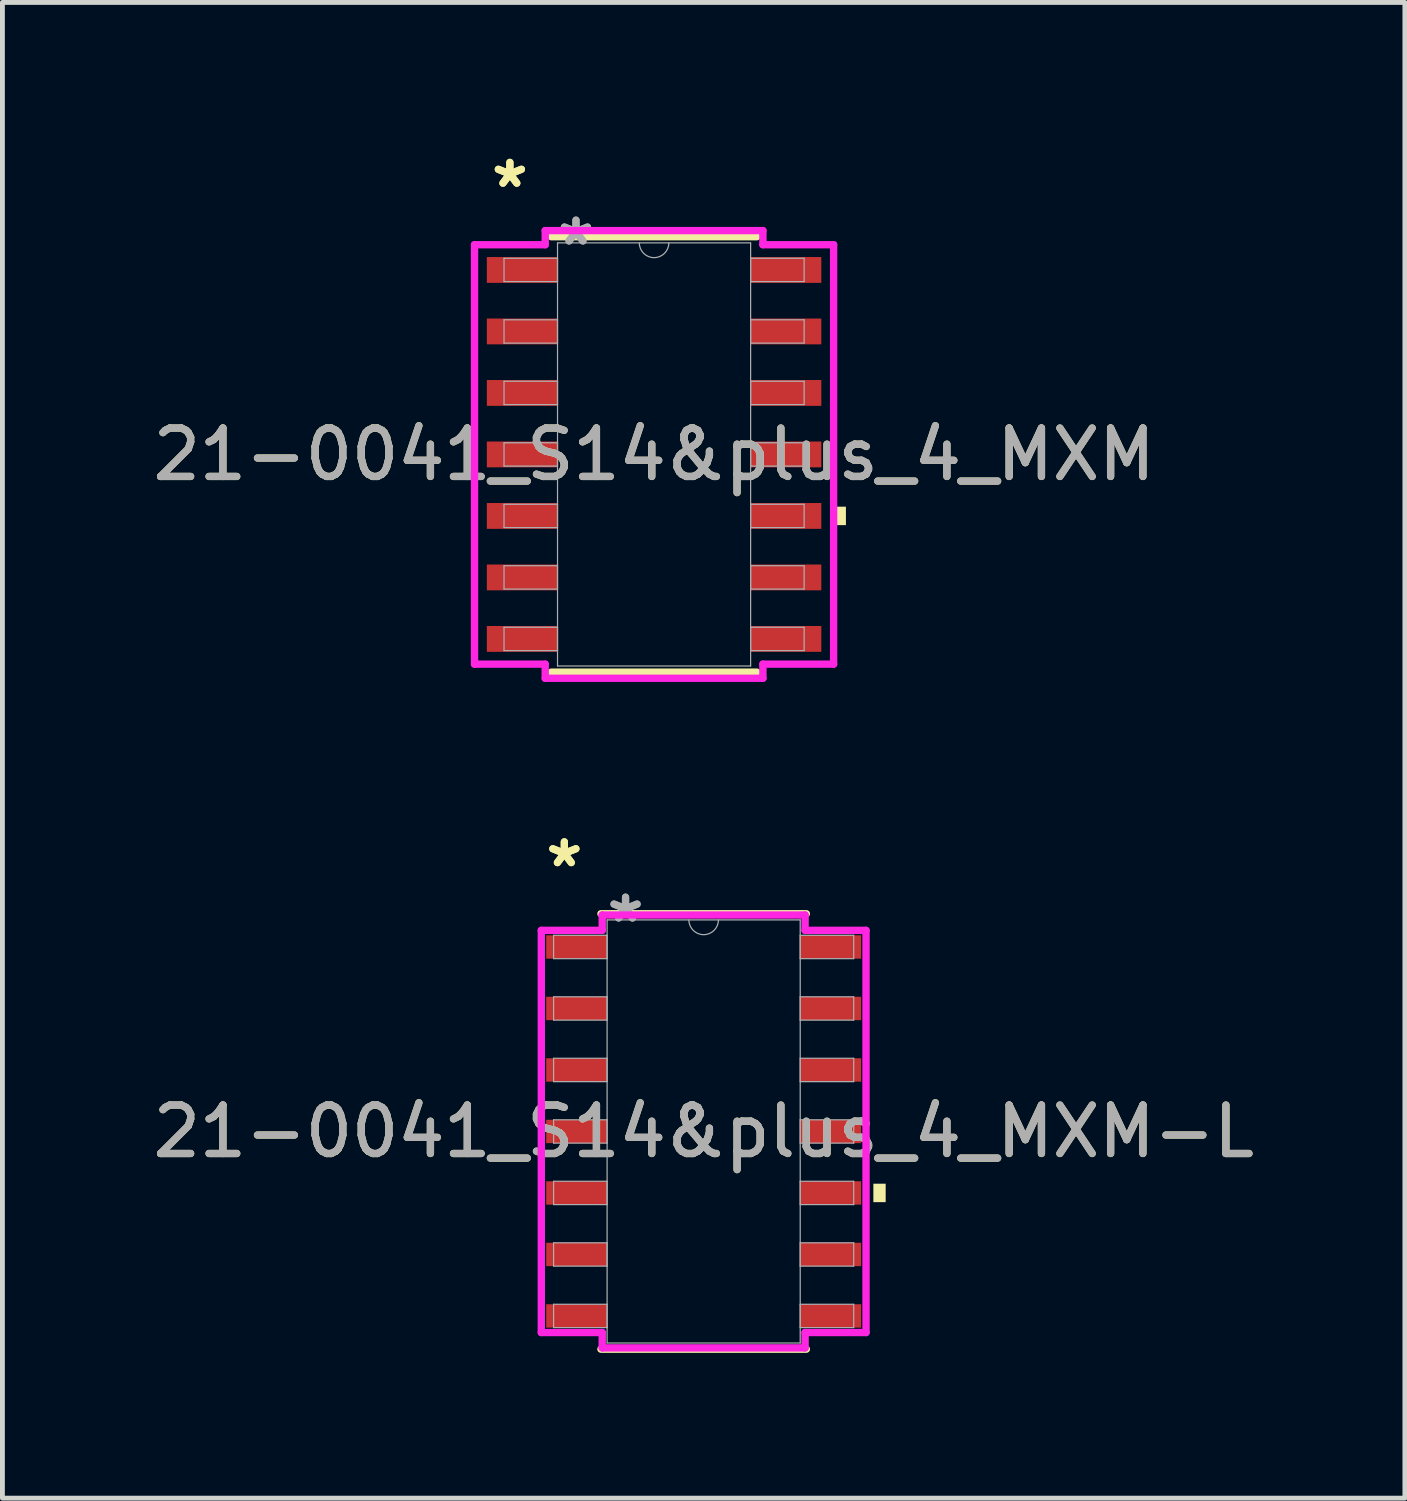
<source format=kicad_pcb>
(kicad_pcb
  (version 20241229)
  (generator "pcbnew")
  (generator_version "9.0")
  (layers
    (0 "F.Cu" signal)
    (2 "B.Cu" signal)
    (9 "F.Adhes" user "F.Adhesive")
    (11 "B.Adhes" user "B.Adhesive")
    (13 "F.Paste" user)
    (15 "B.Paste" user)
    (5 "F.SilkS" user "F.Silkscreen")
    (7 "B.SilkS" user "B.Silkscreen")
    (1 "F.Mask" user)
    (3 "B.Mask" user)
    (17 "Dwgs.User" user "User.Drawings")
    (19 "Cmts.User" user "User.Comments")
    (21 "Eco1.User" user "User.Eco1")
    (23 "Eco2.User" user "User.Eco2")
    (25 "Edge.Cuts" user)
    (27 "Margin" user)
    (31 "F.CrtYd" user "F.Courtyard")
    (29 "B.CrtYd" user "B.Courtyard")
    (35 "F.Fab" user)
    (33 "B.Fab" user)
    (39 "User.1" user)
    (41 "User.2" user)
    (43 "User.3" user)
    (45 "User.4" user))
  (footprint "21-0041_S14&plus_4_MXM-L"
    (layer "F.Cu")
    (at 11.482 20.317)
    (property "Reference" "21-0041_S14&plus_4_MXM-L" (at 0 0 0) (unlocked yes) (layer "F.SilkS") (effects (font (size 1 1) (thickness 0.15))))
    (attr smd)
    (fp_line (start -2.121 4.496) (end 2.121 4.496) (stroke (width 0.152) (type solid)) (layer "F.SilkS"))
    (fp_line (start 2.121 -4.496) (end -2.121 -4.496) (stroke (width 0.152) (type solid)) (layer "F.SilkS"))
    (fp_poly (pts (xy 3.759 1.079) (xy 3.759 1.46) (xy 3.505 1.46) (xy 3.505 1.079)) (stroke (width 0) (type solid)) (fill yes) (layer "F.SilkS"))
    (fp_line (start -3.353 -4.153) (end -2.095 -4.153) (stroke (width 0.152) (type solid)) (layer "F.CrtYd"))
    (fp_line (start -3.353 4.153) (end -3.353 -4.153) (stroke (width 0.152) (type solid)) (layer "F.CrtYd"))
    (fp_line (start -3.353 4.153) (end -2.095 4.153) (stroke (width 0.152) (type solid)) (layer "F.CrtYd"))
    (fp_line (start -2.095 -4.47) (end 2.095 -4.47) (stroke (width 0.152) (type solid)) (layer "F.CrtYd"))
    (fp_line (start -2.095 -4.153) (end -2.095 -4.47) (stroke (width 0.152) (type solid)) (layer "F.CrtYd"))
    (fp_line (start -2.095 4.47) (end -2.095 4.153) (stroke (width 0.152) (type solid)) (layer "F.CrtYd"))
    (fp_line (start 2.095 -4.47) (end 2.095 -4.153) (stroke (width 0.152) (type solid)) (layer "F.CrtYd"))
    (fp_line (start 2.095 4.153) (end 2.095 4.47) (stroke (width 0.152) (type solid)) (layer "F.CrtYd"))
    (fp_line (start 2.095 4.47) (end -2.095 4.47) (stroke (width 0.152) (type solid)) (layer "F.CrtYd"))
    (fp_line (start 3.353 -4.153) (end 2.095 -4.153) (stroke (width 0.152) (type solid)) (layer "F.CrtYd"))
    (fp_line (start 3.353 -4.153) (end 3.353 4.153) (stroke (width 0.152) (type solid)) (layer "F.CrtYd"))
    (fp_line (start 3.353 4.153) (end 2.095 4.153) (stroke (width 0.152) (type solid)) (layer "F.CrtYd"))
    (fp_line (start -3.099 -4.051) (end -3.099 -3.569) (stroke (width 0.025) (type solid)) (layer "F.Fab"))
    (fp_line (start -3.099 -3.569) (end -1.994 -3.569) (stroke (width 0.025) (type solid)) (layer "F.Fab"))
    (fp_line (start -3.099 -2.781) (end -3.099 -2.299) (stroke (width 0.025) (type solid)) (layer "F.Fab"))
    (fp_line (start -3.099 -2.299) (end -1.994 -2.299) (stroke (width 0.025) (type solid)) (layer "F.Fab"))
    (fp_line (start -3.099 -1.511) (end -3.099 -1.029) (stroke (width 0.025) (type solid)) (layer "F.Fab"))
    (fp_line (start -3.099 -1.029) (end -1.994 -1.029) (stroke (width 0.025) (type solid)) (layer "F.Fab"))
    (fp_line (start -3.099 -0.241) (end -3.099 0.241) (stroke (width 0.025) (type solid)) (layer "F.Fab"))
    (fp_line (start -3.099 0.241) (end -1.994 0.241) (stroke (width 0.025) (type solid)) (layer "F.Fab"))
    (fp_line (start -3.099 1.029) (end -3.099 1.511) (stroke (width 0.025) (type solid)) (layer "F.Fab"))
    (fp_line (start -3.099 1.511) (end -1.994 1.511) (stroke (width 0.025) (type solid)) (layer "F.Fab"))
    (fp_line (start -3.099 2.299) (end -3.099 2.781) (stroke (width 0.025) (type solid)) (layer "F.Fab"))
    (fp_line (start -3.099 2.781) (end -1.994 2.781) (stroke (width 0.025) (type solid)) (layer "F.Fab"))
    (fp_line (start -3.099 3.569) (end -3.099 4.051) (stroke (width 0.025) (type solid)) (layer "F.Fab"))
    (fp_line (start -3.099 4.051) (end -1.994 4.051) (stroke (width 0.025) (type solid)) (layer "F.Fab"))
    (fp_line (start -1.994 -4.369) (end -1.994 4.369) (stroke (width 0.025) (type solid)) (layer "F.Fab"))
    (fp_line (start -1.994 -4.051) (end -3.099 -4.051) (stroke (width 0.025) (type solid)) (layer "F.Fab"))
    (fp_line (start -1.994 -3.569) (end -1.994 -4.051) (stroke (width 0.025) (type solid)) (layer "F.Fab"))
    (fp_line (start -1.994 -2.781) (end -3.099 -2.781) (stroke (width 0.025) (type solid)) (layer "F.Fab"))
    (fp_line (start -1.994 -2.299) (end -1.994 -2.781) (stroke (width 0.025) (type solid)) (layer "F.Fab"))
    (fp_line (start -1.994 -1.511) (end -3.099 -1.511) (stroke (width 0.025) (type solid)) (layer "F.Fab"))
    (fp_line (start -1.994 -1.029) (end -1.994 -1.511) (stroke (width 0.025) (type solid)) (layer "F.Fab"))
    (fp_line (start -1.994 -0.241) (end -3.099 -0.241) (stroke (width 0.025) (type solid)) (layer "F.Fab"))
    (fp_line (start -1.994 0.241) (end -1.994 -0.241) (stroke (width 0.025) (type solid)) (layer "F.Fab"))
    (fp_line (start -1.994 1.029) (end -3.099 1.029) (stroke (width 0.025) (type solid)) (layer "F.Fab"))
    (fp_line (start -1.994 1.511) (end -1.994 1.029) (stroke (width 0.025) (type solid)) (layer "F.Fab"))
    (fp_line (start -1.994 2.299) (end -3.099 2.299) (stroke (width 0.025) (type solid)) (layer "F.Fab"))
    (fp_line (start -1.994 2.781) (end -1.994 2.299) (stroke (width 0.025) (type solid)) (layer "F.Fab"))
    (fp_line (start -1.994 3.569) (end -3.099 3.569) (stroke (width 0.025) (type solid)) (layer "F.Fab"))
    (fp_line (start -1.994 4.051) (end -1.994 3.569) (stroke (width 0.025) (type solid)) (layer "F.Fab"))
    (fp_line (start -1.994 4.369) (end 1.994 4.369) (stroke (width 0.025) (type solid)) (layer "F.Fab"))
    (fp_line (start 1.994 -4.369) (end -1.994 -4.369) (stroke (width 0.025) (type solid)) (layer "F.Fab"))
    (fp_line (start 1.994 -4.051) (end 1.994 -3.569) (stroke (width 0.025) (type solid)) (layer "F.Fab"))
    (fp_line (start 1.994 -3.569) (end 3.099 -3.569) (stroke (width 0.025) (type solid)) (layer "F.Fab"))
    (fp_line (start 1.994 -2.781) (end 1.994 -2.299) (stroke (width 0.025) (type solid)) (layer "F.Fab"))
    (fp_line (start 1.994 -2.299) (end 3.099 -2.299) (stroke (width 0.025) (type solid)) (layer "F.Fab"))
    (fp_line (start 1.994 -1.511) (end 1.994 -1.029) (stroke (width 0.025) (type solid)) (layer "F.Fab"))
    (fp_line (start 1.994 -1.029) (end 3.099 -1.029) (stroke (width 0.025) (type solid)) (layer "F.Fab"))
    (fp_line (start 1.994 -0.241) (end 1.994 0.241) (stroke (width 0.025) (type solid)) (layer "F.Fab"))
    (fp_line (start 1.994 0.241) (end 3.099 0.241) (stroke (width 0.025) (type solid)) (layer "F.Fab"))
    (fp_line (start 1.994 1.029) (end 1.994 1.511) (stroke (width 0.025) (type solid)) (layer "F.Fab"))
    (fp_line (start 1.994 1.511) (end 3.099 1.511) (stroke (width 0.025) (type solid)) (layer "F.Fab"))
    (fp_line (start 1.994 2.299) (end 1.994 2.781) (stroke (width 0.025) (type solid)) (layer "F.Fab"))
    (fp_line (start 1.994 2.781) (end 3.099 2.781) (stroke (width 0.025) (type solid)) (layer "F.Fab"))
    (fp_line (start 1.994 3.569) (end 1.994 4.051) (stroke (width 0.025) (type solid)) (layer "F.Fab"))
    (fp_line (start 1.994 4.051) (end 3.099 4.051) (stroke (width 0.025) (type solid)) (layer "F.Fab"))
    (fp_line (start 1.994 4.369) (end 1.994 -4.369) (stroke (width 0.025) (type solid)) (layer "F.Fab"))
    (fp_line (start 3.099 -4.051) (end 1.994 -4.051) (stroke (width 0.025) (type solid)) (layer "F.Fab"))
    (fp_line (start 3.099 -3.569) (end 3.099 -4.051) (stroke (width 0.025) (type solid)) (layer "F.Fab"))
    (fp_line (start 3.099 -2.781) (end 1.994 -2.781) (stroke (width 0.025) (type solid)) (layer "F.Fab"))
    (fp_line (start 3.099 -2.299) (end 3.099 -2.781) (stroke (width 0.025) (type solid)) (layer "F.Fab"))
    (fp_line (start 3.099 -1.511) (end 1.994 -1.511) (stroke (width 0.025) (type solid)) (layer "F.Fab"))
    (fp_line (start 3.099 -1.029) (end 3.099 -1.511) (stroke (width 0.025) (type solid)) (layer "F.Fab"))
    (fp_line (start 3.099 -0.241) (end 1.994 -0.241) (stroke (width 0.025) (type solid)) (layer "F.Fab"))
    (fp_line (start 3.099 0.241) (end 3.099 -0.241) (stroke (width 0.025) (type solid)) (layer "F.Fab"))
    (fp_line (start 3.099 1.029) (end 1.994 1.029) (stroke (width 0.025) (type solid)) (layer "F.Fab"))
    (fp_line (start 3.099 1.511) (end 3.099 1.029) (stroke (width 0.025) (type solid)) (layer "F.Fab"))
    (fp_line (start 3.099 2.299) (end 1.994 2.299) (stroke (width 0.025) (type solid)) (layer "F.Fab"))
    (fp_line (start 3.099 2.781) (end 3.099 2.299) (stroke (width 0.025) (type solid)) (layer "F.Fab"))
    (fp_line (start 3.099 3.569) (end 1.994 3.569) (stroke (width 0.025) (type solid)) (layer "F.Fab"))
    (fp_line (start 3.099 4.051) (end 3.099 3.569) (stroke (width 0.025) (type solid)) (layer "F.Fab"))
    (fp_arc (start 0.3048 -4.3688) (mid 0 -4.064) (end -0.3048 -4.3688) (stroke (width 0.0254) (type solid)) (layer "F.Fab"))
    (fp_text user "*" (at -2.877 -5.436 0) (layer "F.SilkS") (effects (font (size 1 1) (thickness 0.15))))
    (fp_text user "*" (at -2.877 -5.436 0) (unlocked yes) (layer "F.SilkS") (effects (font (size 1 1) (thickness 0.15))))
    (fp_text user "${REFERENCE}" (at 0 0 0) (unlocked yes) (layer "F.Fab") (effects (font (size 1 1) (thickness 0.15))))
    (fp_text user "*" (at -1.613 -4.293 0) (unlocked yes) (layer "F.Fab") (effects (font (size 1 1) (thickness 0.15))))
    (fp_text user "*" (at -1.613 -4.293 0) (layer "F.Fab") (effects (font (size 1 1) (thickness 0.15))))
    (pad "1" smd rect (at -2.623 -3.81) (size 1.257 0.483) (layers "F.Cu" "F.Mask" "F.Paste"))
    (pad "2" smd rect (at -2.623 -2.54) (size 1.257 0.483) (layers "F.Cu" "F.Mask" "F.Paste"))
    (pad "3" smd rect (at -2.623 -1.27) (size 1.257 0.483) (layers "F.Cu" "F.Mask" "F.Paste"))
    (pad "4" smd rect (at -2.623 0) (size 1.257 0.483) (layers "F.Cu" "F.Mask" "F.Paste"))
    (pad "5" smd rect (at -2.623 1.27) (size 1.257 0.483) (layers "F.Cu" "F.Mask" "F.Paste"))
    (pad "6" smd rect (at -2.623 2.54) (size 1.257 0.483) (layers "F.Cu" "F.Mask" "F.Paste"))
    (pad "7" smd rect (at -2.623 3.81) (size 1.257 0.483) (layers "F.Cu" "F.Mask" "F.Paste"))
    (pad "8" smd rect (at 2.623 3.81) (size 1.257 0.483) (layers "F.Cu" "F.Mask" "F.Paste"))
    (pad "9" smd rect (at 2.623 2.54) (size 1.257 0.483) (layers "F.Cu" "F.Mask" "F.Paste"))
    (pad "10" smd rect (at 2.623 1.27) (size 1.257 0.483) (layers "F.Cu" "F.Mask" "F.Paste"))
    (pad "11" smd rect (at 2.623 0) (size 1.257 0.483) (layers "F.Cu" "F.Mask" "F.Paste"))
    (pad "12" smd rect (at 2.623 -1.27) (size 1.257 0.483) (layers "F.Cu" "F.Mask" "F.Paste"))
    (pad "13" smd rect (at 2.623 -2.54) (size 1.257 0.483) (layers "F.Cu" "F.Mask" "F.Paste"))
    (pad "14" smd rect (at 2.623 -3.81) (size 1.257 0.483) (layers "F.Cu" "F.Mask" "F.Paste")))
  (footprint "21-0041_S14&plus_4_MXM"
    (layer "F.Cu")
    (at 10.458 6.335)
    (property "Reference" "21-0041_S14&plus_4_MXM" (at 0 0 0) (unlocked yes) (layer "F.SilkS") (effects (font (size 1 1) (thickness 0.15))))
    (attr smd)
    (fp_line (start -2.121 4.496) (end 2.121 4.496) (stroke (width 0.152) (type solid)) (layer "F.SilkS"))
    (fp_line (start 2.121 -4.496) (end -2.121 -4.496) (stroke (width 0.152) (type solid)) (layer "F.SilkS"))
    (fp_poly (pts (xy 3.962 1.079) (xy 3.962 1.46) (xy 3.708 1.46) (xy 3.708 1.079)) (stroke (width 0) (type solid)) (fill yes) (layer "F.SilkS"))
    (fp_line (start -3.708 -4.331) (end -2.248 -4.331) (stroke (width 0.152) (type solid)) (layer "F.CrtYd"))
    (fp_line (start -3.708 4.331) (end -3.708 -4.331) (stroke (width 0.152) (type solid)) (layer "F.CrtYd"))
    (fp_line (start -3.708 4.331) (end -2.248 4.331) (stroke (width 0.152) (type solid)) (layer "F.CrtYd"))
    (fp_line (start -2.248 -4.623) (end 2.248 -4.623) (stroke (width 0.152) (type solid)) (layer "F.CrtYd"))
    (fp_line (start -2.248 -4.331) (end -2.248 -4.623) (stroke (width 0.152) (type solid)) (layer "F.CrtYd"))
    (fp_line (start -2.248 4.623) (end -2.248 4.331) (stroke (width 0.152) (type solid)) (layer "F.CrtYd"))
    (fp_line (start 2.248 -4.623) (end 2.248 -4.331) (stroke (width 0.152) (type solid)) (layer "F.CrtYd"))
    (fp_line (start 2.248 4.331) (end 2.248 4.623) (stroke (width 0.152) (type solid)) (layer "F.CrtYd"))
    (fp_line (start 2.248 4.623) (end -2.248 4.623) (stroke (width 0.152) (type solid)) (layer "F.CrtYd"))
    (fp_line (start 3.708 -4.331) (end 2.248 -4.331) (stroke (width 0.152) (type solid)) (layer "F.CrtYd"))
    (fp_line (start 3.708 -4.331) (end 3.708 4.331) (stroke (width 0.152) (type solid)) (layer "F.CrtYd"))
    (fp_line (start 3.708 4.331) (end 2.248 4.331) (stroke (width 0.152) (type solid)) (layer "F.CrtYd"))
    (fp_line (start -3.099 -4.051) (end -3.099 -3.569) (stroke (width 0.025) (type solid)) (layer "F.Fab"))
    (fp_line (start -3.099 -3.569) (end -1.994 -3.569) (stroke (width 0.025) (type solid)) (layer "F.Fab"))
    (fp_line (start -3.099 -2.781) (end -3.099 -2.299) (stroke (width 0.025) (type solid)) (layer "F.Fab"))
    (fp_line (start -3.099 -2.299) (end -1.994 -2.299) (stroke (width 0.025) (type solid)) (layer "F.Fab"))
    (fp_line (start -3.099 -1.511) (end -3.099 -1.029) (stroke (width 0.025) (type solid)) (layer "F.Fab"))
    (fp_line (start -3.099 -1.029) (end -1.994 -1.029) (stroke (width 0.025) (type solid)) (layer "F.Fab"))
    (fp_line (start -3.099 -0.241) (end -3.099 0.241) (stroke (width 0.025) (type solid)) (layer "F.Fab"))
    (fp_line (start -3.099 0.241) (end -1.994 0.241) (stroke (width 0.025) (type solid)) (layer "F.Fab"))
    (fp_line (start -3.099 1.029) (end -3.099 1.511) (stroke (width 0.025) (type solid)) (layer "F.Fab"))
    (fp_line (start -3.099 1.511) (end -1.994 1.511) (stroke (width 0.025) (type solid)) (layer "F.Fab"))
    (fp_line (start -3.099 2.299) (end -3.099 2.781) (stroke (width 0.025) (type solid)) (layer "F.Fab"))
    (fp_line (start -3.099 2.781) (end -1.994 2.781) (stroke (width 0.025) (type solid)) (layer "F.Fab"))
    (fp_line (start -3.099 3.569) (end -3.099 4.051) (stroke (width 0.025) (type solid)) (layer "F.Fab"))
    (fp_line (start -3.099 4.051) (end -1.994 4.051) (stroke (width 0.025) (type solid)) (layer "F.Fab"))
    (fp_line (start -1.994 -4.369) (end -1.994 4.369) (stroke (width 0.025) (type solid)) (layer "F.Fab"))
    (fp_line (start -1.994 -4.051) (end -3.099 -4.051) (stroke (width 0.025) (type solid)) (layer "F.Fab"))
    (fp_line (start -1.994 -3.569) (end -1.994 -4.051) (stroke (width 0.025) (type solid)) (layer "F.Fab"))
    (fp_line (start -1.994 -2.781) (end -3.099 -2.781) (stroke (width 0.025) (type solid)) (layer "F.Fab"))
    (fp_line (start -1.994 -2.299) (end -1.994 -2.781) (stroke (width 0.025) (type solid)) (layer "F.Fab"))
    (fp_line (start -1.994 -1.511) (end -3.099 -1.511) (stroke (width 0.025) (type solid)) (layer "F.Fab"))
    (fp_line (start -1.994 -1.029) (end -1.994 -1.511) (stroke (width 0.025) (type solid)) (layer "F.Fab"))
    (fp_line (start -1.994 -0.241) (end -3.099 -0.241) (stroke (width 0.025) (type solid)) (layer "F.Fab"))
    (fp_line (start -1.994 0.241) (end -1.994 -0.241) (stroke (width 0.025) (type solid)) (layer "F.Fab"))
    (fp_line (start -1.994 1.029) (end -3.099 1.029) (stroke (width 0.025) (type solid)) (layer "F.Fab"))
    (fp_line (start -1.994 1.511) (end -1.994 1.029) (stroke (width 0.025) (type solid)) (layer "F.Fab"))
    (fp_line (start -1.994 2.299) (end -3.099 2.299) (stroke (width 0.025) (type solid)) (layer "F.Fab"))
    (fp_line (start -1.994 2.781) (end -1.994 2.299) (stroke (width 0.025) (type solid)) (layer "F.Fab"))
    (fp_line (start -1.994 3.569) (end -3.099 3.569) (stroke (width 0.025) (type solid)) (layer "F.Fab"))
    (fp_line (start -1.994 4.051) (end -1.994 3.569) (stroke (width 0.025) (type solid)) (layer "F.Fab"))
    (fp_line (start -1.994 4.369) (end 1.994 4.369) (stroke (width 0.025) (type solid)) (layer "F.Fab"))
    (fp_line (start 1.994 -4.369) (end -1.994 -4.369) (stroke (width 0.025) (type solid)) (layer "F.Fab"))
    (fp_line (start 1.994 -4.051) (end 1.994 -3.569) (stroke (width 0.025) (type solid)) (layer "F.Fab"))
    (fp_line (start 1.994 -3.569) (end 3.099 -3.569) (stroke (width 0.025) (type solid)) (layer "F.Fab"))
    (fp_line (start 1.994 -2.781) (end 1.994 -2.299) (stroke (width 0.025) (type solid)) (layer "F.Fab"))
    (fp_line (start 1.994 -2.299) (end 3.099 -2.299) (stroke (width 0.025) (type solid)) (layer "F.Fab"))
    (fp_line (start 1.994 -1.511) (end 1.994 -1.029) (stroke (width 0.025) (type solid)) (layer "F.Fab"))
    (fp_line (start 1.994 -1.029) (end 3.099 -1.029) (stroke (width 0.025) (type solid)) (layer "F.Fab"))
    (fp_line (start 1.994 -0.241) (end 1.994 0.241) (stroke (width 0.025) (type solid)) (layer "F.Fab"))
    (fp_line (start 1.994 0.241) (end 3.099 0.241) (stroke (width 0.025) (type solid)) (layer "F.Fab"))
    (fp_line (start 1.994 1.029) (end 1.994 1.511) (stroke (width 0.025) (type solid)) (layer "F.Fab"))
    (fp_line (start 1.994 1.511) (end 3.099 1.511) (stroke (width 0.025) (type solid)) (layer "F.Fab"))
    (fp_line (start 1.994 2.299) (end 1.994 2.781) (stroke (width 0.025) (type solid)) (layer "F.Fab"))
    (fp_line (start 1.994 2.781) (end 3.099 2.781) (stroke (width 0.025) (type solid)) (layer "F.Fab"))
    (fp_line (start 1.994 3.569) (end 1.994 4.051) (stroke (width 0.025) (type solid)) (layer "F.Fab"))
    (fp_line (start 1.994 4.051) (end 3.099 4.051) (stroke (width 0.025) (type solid)) (layer "F.Fab"))
    (fp_line (start 1.994 4.369) (end 1.994 -4.369) (stroke (width 0.025) (type solid)) (layer "F.Fab"))
    (fp_line (start 3.099 -4.051) (end 1.994 -4.051) (stroke (width 0.025) (type solid)) (layer "F.Fab"))
    (fp_line (start 3.099 -3.569) (end 3.099 -4.051) (stroke (width 0.025) (type solid)) (layer "F.Fab"))
    (fp_line (start 3.099 -2.781) (end 1.994 -2.781) (stroke (width 0.025) (type solid)) (layer "F.Fab"))
    (fp_line (start 3.099 -2.299) (end 3.099 -2.781) (stroke (width 0.025) (type solid)) (layer "F.Fab"))
    (fp_line (start 3.099 -1.511) (end 1.994 -1.511) (stroke (width 0.025) (type solid)) (layer "F.Fab"))
    (fp_line (start 3.099 -1.029) (end 3.099 -1.511) (stroke (width 0.025) (type solid)) (layer "F.Fab"))
    (fp_line (start 3.099 -0.241) (end 1.994 -0.241) (stroke (width 0.025) (type solid)) (layer "F.Fab"))
    (fp_line (start 3.099 0.241) (end 3.099 -0.241) (stroke (width 0.025) (type solid)) (layer "F.Fab"))
    (fp_line (start 3.099 1.029) (end 1.994 1.029) (stroke (width 0.025) (type solid)) (layer "F.Fab"))
    (fp_line (start 3.099 1.511) (end 3.099 1.029) (stroke (width 0.025) (type solid)) (layer "F.Fab"))
    (fp_line (start 3.099 2.299) (end 1.994 2.299) (stroke (width 0.025) (type solid)) (layer "F.Fab"))
    (fp_line (start 3.099 2.781) (end 3.099 2.299) (stroke (width 0.025) (type solid)) (layer "F.Fab"))
    (fp_line (start 3.099 3.569) (end 1.994 3.569) (stroke (width 0.025) (type solid)) (layer "F.Fab"))
    (fp_line (start 3.099 4.051) (end 3.099 3.569) (stroke (width 0.025) (type solid)) (layer "F.Fab"))
    (fp_arc (start 0.3048 -4.3688) (mid 0 -4.064) (end -0.3048 -4.3688) (stroke (width 0.0254) (type solid)) (layer "F.Fab"))
    (fp_text user "*" (at -2.978 -5.486 0) (unlocked yes) (layer "F.SilkS") (effects (font (size 1 1) (thickness 0.15))))
    (fp_text user "*" (at -2.978 -5.486 0) (layer "F.SilkS") (effects (font (size 1 1) (thickness 0.15))))
    (fp_text user "${REFERENCE}" (at 0 0 0) (unlocked yes) (layer "F.Fab") (effects (font (size 1 1) (thickness 0.15))))
    (fp_text user "*" (at -1.613 -4.293 0) (unlocked yes) (layer "F.Fab") (effects (font (size 1 1) (thickness 0.15))))
    (fp_text user "*" (at -1.613 -4.293 0) (layer "F.Fab") (effects (font (size 1 1) (thickness 0.15))))
    (pad "1" smd rect (at -2.724 -3.81) (size 1.46 0.533) (layers "F.Cu" "F.Mask" "F.Paste"))
    (pad "2" smd rect (at -2.724 -2.54) (size 1.46 0.533) (layers "F.Cu" "F.Mask" "F.Paste"))
    (pad "3" smd rect (at -2.724 -1.27) (size 1.46 0.533) (layers "F.Cu" "F.Mask" "F.Paste"))
    (pad "4" smd rect (at -2.724 0) (size 1.46 0.533) (layers "F.Cu" "F.Mask" "F.Paste"))
    (pad "5" smd rect (at -2.724 1.27) (size 1.46 0.533) (layers "F.Cu" "F.Mask" "F.Paste"))
    (pad "6" smd rect (at -2.724 2.54) (size 1.46 0.533) (layers "F.Cu" "F.Mask" "F.Paste"))
    (pad "7" smd rect (at -2.724 3.81) (size 1.46 0.533) (layers "F.Cu" "F.Mask" "F.Paste"))
    (pad "8" smd rect (at 2.724 3.81) (size 1.46 0.533) (layers "F.Cu" "F.Mask" "F.Paste"))
    (pad "9" smd rect (at 2.724 2.54) (size 1.46 0.533) (layers "F.Cu" "F.Mask" "F.Paste"))
    (pad "10" smd rect (at 2.724 1.27) (size 1.46 0.533) (layers "F.Cu" "F.Mask" "F.Paste"))
    (pad "11" smd rect (at 2.724 0) (size 1.46 0.533) (layers "F.Cu" "F.Mask" "F.Paste"))
    (pad "12" smd rect (at 2.724 -1.27) (size 1.46 0.533) (layers "F.Cu" "F.Mask" "F.Paste"))
    (pad "13" smd rect (at 2.724 -2.54) (size 1.46 0.533) (layers "F.Cu" "F.Mask" "F.Paste"))
    (pad "14" smd rect (at 2.724 -3.81) (size 1.46 0.533) (layers "F.Cu" "F.Mask" "F.Paste")))
  (gr_rect
    (start -3 -3)
    (end 25.964 27.89)
    (stroke (width 0.1) (type default))
    (fill no)
    (layer "Edge.Cuts")))
</source>
